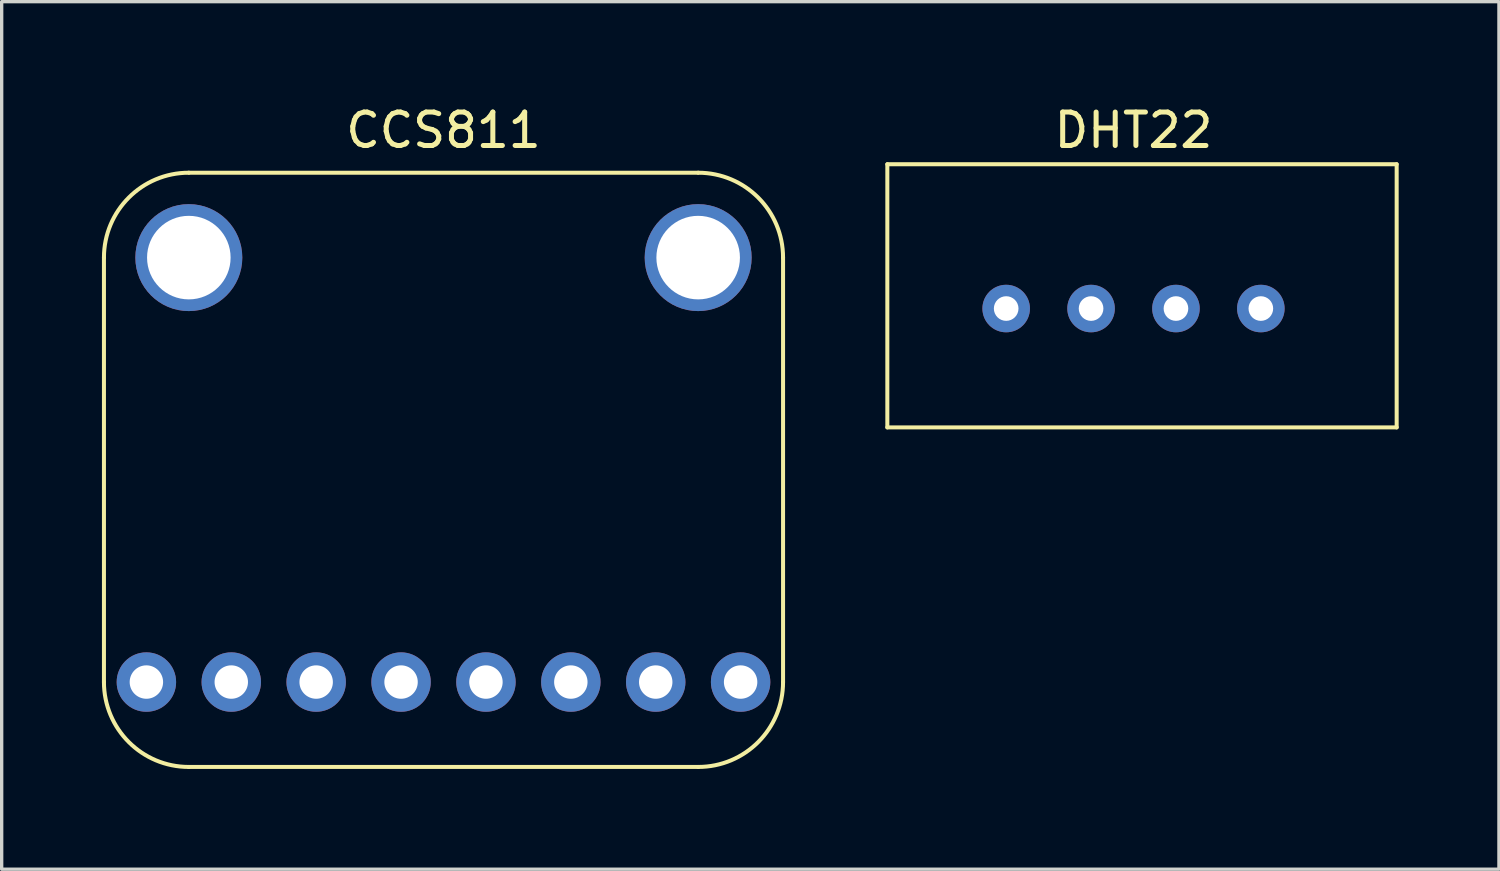
<source format=kicad_pcb>
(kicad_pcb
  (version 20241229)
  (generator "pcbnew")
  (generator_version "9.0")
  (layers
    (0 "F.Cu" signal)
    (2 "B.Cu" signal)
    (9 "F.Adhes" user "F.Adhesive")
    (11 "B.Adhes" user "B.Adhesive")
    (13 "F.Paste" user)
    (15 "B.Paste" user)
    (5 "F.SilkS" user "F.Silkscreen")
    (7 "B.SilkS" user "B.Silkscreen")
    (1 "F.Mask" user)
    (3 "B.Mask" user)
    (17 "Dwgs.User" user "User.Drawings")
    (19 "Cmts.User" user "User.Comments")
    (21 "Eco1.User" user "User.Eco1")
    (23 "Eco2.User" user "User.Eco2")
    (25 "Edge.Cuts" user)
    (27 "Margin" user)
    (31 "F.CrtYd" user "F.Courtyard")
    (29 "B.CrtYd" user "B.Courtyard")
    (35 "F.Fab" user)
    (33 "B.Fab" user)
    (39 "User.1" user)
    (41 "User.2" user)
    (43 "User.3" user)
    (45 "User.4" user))
  (footprint "DHT22"
    (layer "F.Cu")
    (at 30.866 5.42)
    (property "Reference" "DHT22" (at 0 -4.572 0) (layer "F.SilkS") (effects (font (size 1 1) (thickness 0.15))))
    (attr through_hole)
    (fp_line (start -7.366 -3.556) (end -7.366 4.318) (stroke (width 0.12) (type solid)) (layer "F.SilkS"))
    (fp_line (start 7.874 -3.556) (end -7.366 -3.556) (stroke (width 0.12) (type solid)) (layer "F.SilkS"))
    (fp_line (start 7.874 -3.556) (end 7.874 4.318) (stroke (width 0.12) (type solid)) (layer "F.SilkS"))
    (fp_line (start 7.874 4.318) (end -7.366 4.318) (stroke (width 0.12) (type solid)) (layer "F.SilkS"))
    (pad "1" thru_hole circle (at -3.81 0.762) (size 1.422 1.422) (drill 0.737) (layers "*.Cu" "*.Mask" "F.Paste"))
    (pad "2" thru_hole circle (at -1.27 0.762) (size 1.422 1.422) (drill 0.737) (layers "*.Cu" "*.Mask" "F.Paste"))
    (pad "3" thru_hole circle (at 1.27 0.762) (size 1.422 1.422) (drill 0.737) (layers "*.Cu" "*.Mask" "F.Paste"))
    (pad "4" thru_hole circle (at 3.81 0.762) (size 1.422 1.422) (drill 0.737) (layers "*.Cu" "*.Mask" "F.Paste")))
  (footprint "CCS811"
    (layer "F.Cu")
    (at 10.22 14.818)
    (property "Reference" "CCS811" (at 0 -13.97 0) (layer "F.SilkS") (effects (font (size 1 1) (thickness 0.15))))
    (attr through_hole)
    (fp_line (start -10.16 -10.16) (end -10.16 2.54) (stroke (width 0.12) (type solid)) (layer "F.SilkS"))
    (fp_line (start -7.62 -12.7) (end 7.62 -12.7) (stroke (width 0.12) (type solid)) (layer "F.SilkS"))
    (fp_line (start 7.62 5.08) (end -7.62 5.08) (stroke (width 0.12) (type solid)) (layer "F.SilkS"))
    (fp_line (start 10.16 -10.16) (end 10.16 2.54) (stroke (width 0.12) (type solid)) (layer "F.SilkS"))
    (fp_arc (start -10.16 -10.16) (mid -9.416051 -11.956051) (end -7.62 -12.7) (stroke (width 0.12) (type solid)) (layer "F.SilkS"))
    (fp_arc (start -7.62 5.08) (mid -9.416051 4.336051) (end -10.16 2.54) (stroke (width 0.12) (type solid)) (layer "F.SilkS"))
    (fp_arc (start 7.62 -12.7) (mid 9.416051 -11.956051) (end 10.16 -10.16) (stroke (width 0.12) (type solid)) (layer "F.SilkS"))
    (fp_arc (start 10.16 2.54) (mid 9.416051 4.336051) (end 7.62 5.08) (stroke (width 0.12) (type solid)) (layer "F.SilkS"))
    (pad "1" thru_hole circle (at -8.89 2.54) (size 1.778 1.778) (drill 1) (layers "*.Cu" "*.Mask"))
    (pad "2" thru_hole circle (at -6.35 2.54) (size 1.778 1.778) (drill 1) (layers "*.Cu" "*.Mask"))
    (pad "3" thru_hole circle (at -3.81 2.54) (size 1.778 1.778) (drill 1) (layers "*.Cu" "*.Mask"))
    (pad "4" thru_hole circle (at -1.27 2.54) (size 1.778 1.778) (drill 1) (layers "*.Cu" "*.Mask"))
    (pad "5" thru_hole circle (at 1.27 2.54) (size 1.778 1.778) (drill 1) (layers "*.Cu" "*.Mask"))
    (pad "6" thru_hole circle (at 3.81 2.54) (size 1.778 1.778) (drill 1) (layers "*.Cu" "*.Mask"))
    (pad "7" thru_hole circle (at 6.35 2.54) (size 1.778 1.778) (drill 1) (layers "*.Cu" "*.Mask"))
    (pad "8" thru_hole circle (at 8.89 2.54) (size 1.778 1.778) (drill 1) (layers "*.Cu" "*.Mask"))
    (pad "9" thru_hole circle (at -7.62 -10.16) (size 3.2 3.2) (drill 2.5) (layers "*.Cu" "*.Mask"))
    (pad "10" thru_hole circle (at 7.62 -10.16) (size 3.2 3.2) (drill 2.5) (layers "*.Cu" "*.Mask")))
  (gr_rect
    (start -3 -3)
    (end 41.8 22.958)
    (stroke (width 0.1) (type default))
    (fill no)
    (layer "Edge.Cuts")))
</source>
